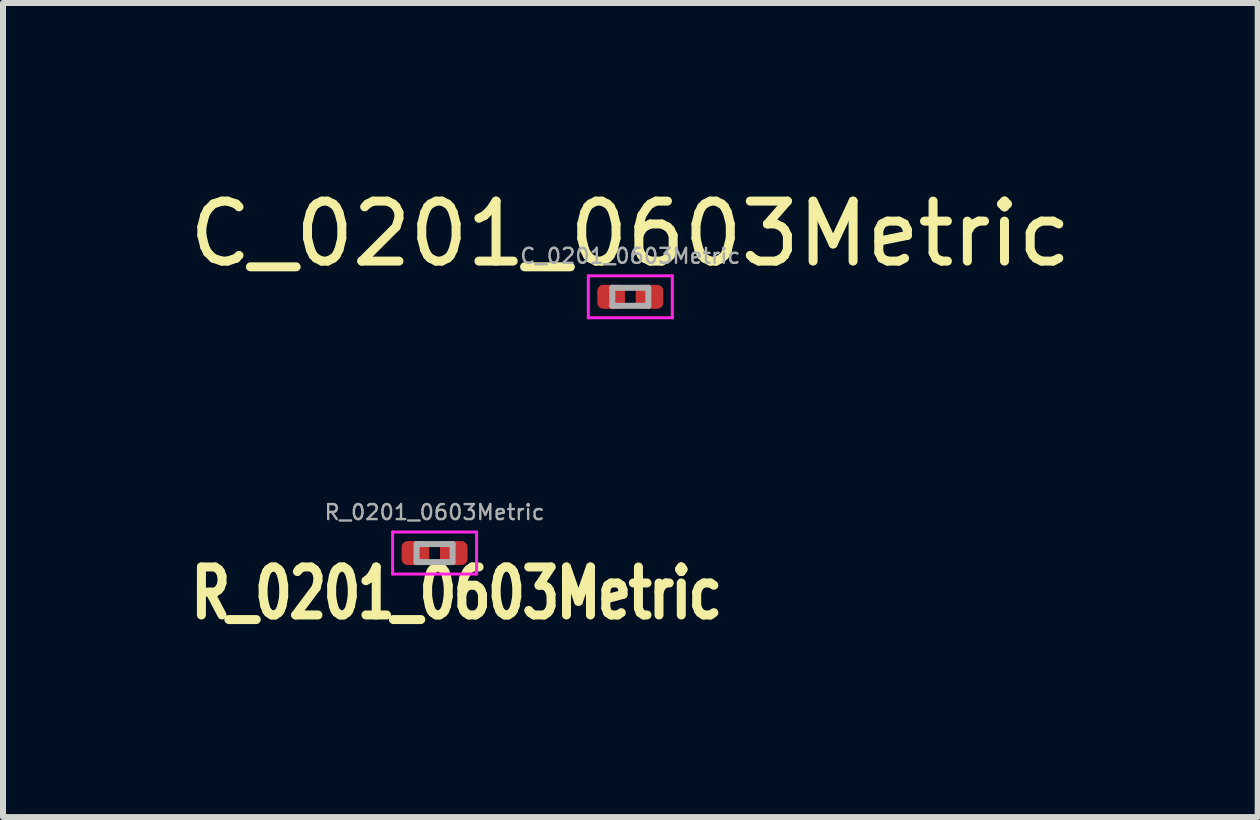
<source format=kicad_pcb>
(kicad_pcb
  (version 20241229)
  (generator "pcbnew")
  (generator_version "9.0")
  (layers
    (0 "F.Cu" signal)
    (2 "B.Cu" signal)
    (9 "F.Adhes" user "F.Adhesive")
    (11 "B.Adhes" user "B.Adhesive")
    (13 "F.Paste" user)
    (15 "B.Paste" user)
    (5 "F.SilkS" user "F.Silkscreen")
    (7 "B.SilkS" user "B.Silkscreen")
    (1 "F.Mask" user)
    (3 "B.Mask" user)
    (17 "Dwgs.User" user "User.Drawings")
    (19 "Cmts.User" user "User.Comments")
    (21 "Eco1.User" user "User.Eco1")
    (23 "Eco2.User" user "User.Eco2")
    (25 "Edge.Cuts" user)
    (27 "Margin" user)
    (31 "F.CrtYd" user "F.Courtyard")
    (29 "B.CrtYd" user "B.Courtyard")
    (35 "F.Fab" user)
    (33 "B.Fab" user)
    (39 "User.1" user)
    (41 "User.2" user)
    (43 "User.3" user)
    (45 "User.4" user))
  (footprint "R_0201_0603Metric"
    (layer "F.Cu")
    (at 4.195 6.17)
    (property "Reference" "R_0201_0603Metric" (at 0.37 0.67 180) (layer "F.SilkS") (effects (font (size 0.8 0.6) (thickness 0.15))))
    (attr smd)
    (fp_line (start -0.7 -0.35) (end 0.7 -0.35) (stroke (width 0.05) (type solid)) (layer "F.CrtYd"))
    (fp_line (start -0.7 0.35) (end -0.7 -0.35) (stroke (width 0.05) (type solid)) (layer "F.CrtYd"))
    (fp_line (start 0.7 -0.35) (end 0.7 0.35) (stroke (width 0.05) (type solid)) (layer "F.CrtYd"))
    (fp_line (start 0.7 0.35) (end -0.7 0.35) (stroke (width 0.05) (type solid)) (layer "F.CrtYd"))
    (fp_line (start -0.3 -0.15) (end 0.3 -0.15) (stroke (width 0.1) (type solid)) (layer "F.Fab"))
    (fp_line (start -0.3 0.15) (end -0.3 -0.15) (stroke (width 0.1) (type solid)) (layer "F.Fab"))
    (fp_line (start 0.3 -0.15) (end 0.3 0.15) (stroke (width 0.1) (type solid)) (layer "F.Fab"))
    (fp_line (start 0.3 0.15) (end -0.3 0.15) (stroke (width 0.1) (type solid)) (layer "F.Fab"))
    (fp_text user "${REFERENCE}" (at 0 -0.68 180) (layer "F.Fab") (effects (font (size 0.25 0.25) (thickness 0.04))))
    (pad "" smd roundrect (at -0.345 0) (size 0.318 0.36) (layers "F.Paste") (roundrect_rratio 0.25))
    (pad "" smd roundrect (at 0.345 0) (size 0.318 0.36) (layers "F.Paste") (roundrect_rratio 0.25))
    (pad "1" smd roundrect (at -0.32 0) (size 0.46 0.4) (layers "F.Cu" "F.Mask") (roundrect_rratio 0.25))
    (pad "2" smd roundrect (at 0.32 0) (size 0.46 0.4) (layers "F.Cu" "F.Mask") (roundrect_rratio 0.25)))
  (footprint "C_0201_0603Metric"
    (layer "F.Cu")
    (at 7.458 1.898)
    (property "Reference" "C_0201_0603Metric" (at 0 -1.05 0) (layer "F.SilkS") (effects (font (size 1 1) (thickness 0.15))))
    (attr smd)
    (fp_line (start -0.7 -0.35) (end 0.7 -0.35) (stroke (width 0.05) (type solid)) (layer "F.CrtYd"))
    (fp_line (start -0.7 0.35) (end -0.7 -0.35) (stroke (width 0.05) (type solid)) (layer "F.CrtYd"))
    (fp_line (start 0.7 -0.35) (end 0.7 0.35) (stroke (width 0.05) (type solid)) (layer "F.CrtYd"))
    (fp_line (start 0.7 0.35) (end -0.7 0.35) (stroke (width 0.05) (type solid)) (layer "F.CrtYd"))
    (fp_line (start -0.3 -0.15) (end 0.3 -0.15) (stroke (width 0.1) (type solid)) (layer "F.Fab"))
    (fp_line (start -0.3 0.15) (end -0.3 -0.15) (stroke (width 0.1) (type solid)) (layer "F.Fab"))
    (fp_line (start 0.3 -0.15) (end 0.3 0.15) (stroke (width 0.1) (type solid)) (layer "F.Fab"))
    (fp_line (start 0.3 0.15) (end -0.3 0.15) (stroke (width 0.1) (type solid)) (layer "F.Fab"))
    (fp_text user "${REFERENCE}" (at 0 -0.68 0) (layer "F.Fab") (effects (font (size 0.25 0.25) (thickness 0.04))))
    (pad "" smd roundrect (at -0.345 0) (size 0.318 0.36) (layers "F.Paste") (roundrect_rratio 0.25))
    (pad "" smd roundrect (at 0.345 0) (size 0.318 0.36) (layers "F.Paste") (roundrect_rratio 0.25))
    (pad "1" smd roundrect (at -0.32 0) (size 0.46 0.4) (layers "F.Cu" "F.Mask") (roundrect_rratio 0.25))
    (pad "2" smd roundrect (at 0.32 0) (size 0.46 0.4) (layers "F.Cu" "F.Mask") (roundrect_rratio 0.25)))
  (gr_rect
    (start -3 -3)
    (end 17.917 10.571)
    (stroke (width 0.1) (type default))
    (fill no)
    (layer "Edge.Cuts")))
</source>
